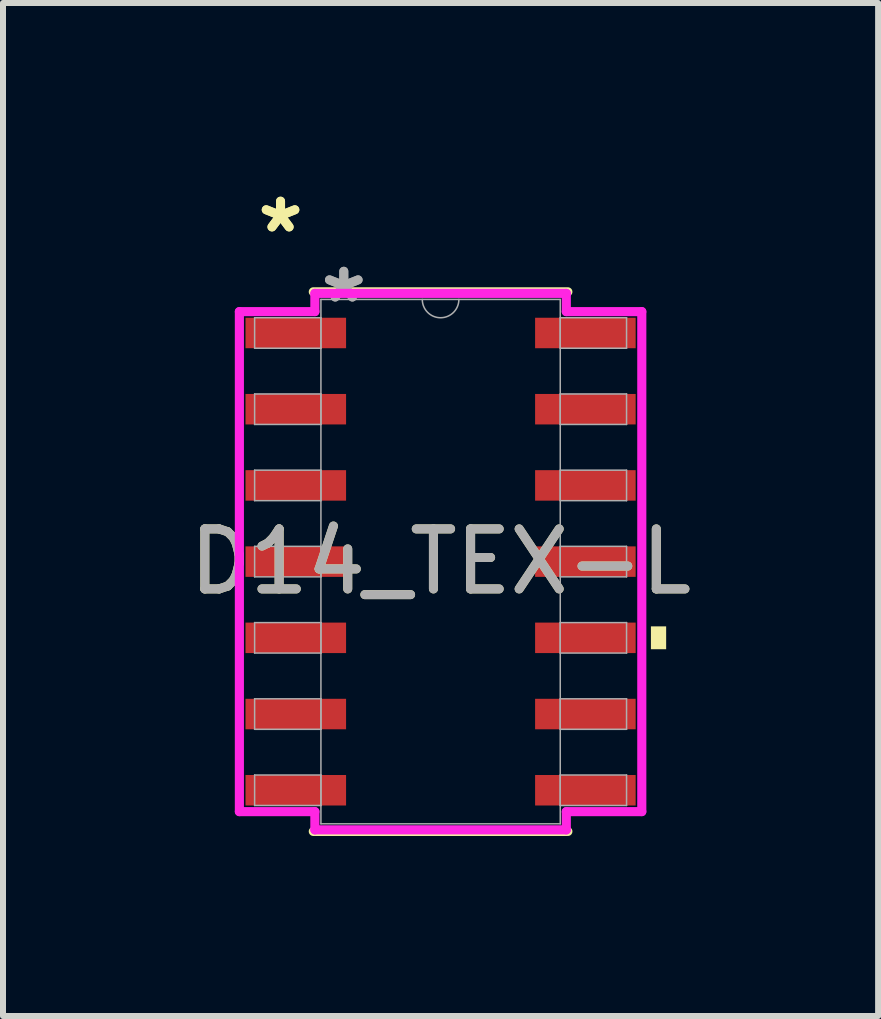
<source format=kicad_pcb>
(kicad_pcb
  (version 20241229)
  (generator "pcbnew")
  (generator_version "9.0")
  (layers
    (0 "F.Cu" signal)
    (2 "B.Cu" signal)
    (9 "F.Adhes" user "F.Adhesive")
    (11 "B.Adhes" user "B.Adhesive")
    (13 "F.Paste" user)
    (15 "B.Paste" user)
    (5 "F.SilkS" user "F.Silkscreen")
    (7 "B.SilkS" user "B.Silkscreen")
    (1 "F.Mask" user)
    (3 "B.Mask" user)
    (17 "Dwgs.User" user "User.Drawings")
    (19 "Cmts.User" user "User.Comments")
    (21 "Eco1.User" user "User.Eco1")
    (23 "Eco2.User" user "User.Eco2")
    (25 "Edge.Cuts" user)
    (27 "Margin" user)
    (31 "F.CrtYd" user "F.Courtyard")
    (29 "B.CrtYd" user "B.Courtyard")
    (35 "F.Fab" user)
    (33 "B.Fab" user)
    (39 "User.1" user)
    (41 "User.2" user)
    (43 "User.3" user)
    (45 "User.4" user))
  (footprint "D14_TEX-L"
    (layer "F.Cu")
    (at 4.292 6.309)
    (property "Reference" "D14_TEX-L" (at 0 0 0) (unlocked yes) (layer "F.SilkS") (effects (font (size 1 1) (thickness 0.15))))
    (attr smd)
    (fp_line (start -2.121 4.496) (end 2.121 4.496) (stroke (width 0.152) (type solid)) (layer "F.SilkS"))
    (fp_line (start 2.121 -4.496) (end -2.121 -4.496) (stroke (width 0.152) (type solid)) (layer "F.SilkS"))
    (fp_poly (pts (xy 3.759 1.079) (xy 3.759 1.46) (xy 3.505 1.46) (xy 3.505 1.079)) (stroke (width 0) (type solid)) (fill yes) (layer "F.SilkS"))
    (fp_line (start -3.353 -4.166) (end -2.095 -4.166) (stroke (width 0.152) (type solid)) (layer "F.CrtYd"))
    (fp_line (start -3.353 4.166) (end -3.353 -4.166) (stroke (width 0.152) (type solid)) (layer "F.CrtYd"))
    (fp_line (start -3.353 4.166) (end -2.095 4.166) (stroke (width 0.152) (type solid)) (layer "F.CrtYd"))
    (fp_line (start -2.095 -4.47) (end 2.095 -4.47) (stroke (width 0.152) (type solid)) (layer "F.CrtYd"))
    (fp_line (start -2.095 -4.166) (end -2.095 -4.47) (stroke (width 0.152) (type solid)) (layer "F.CrtYd"))
    (fp_line (start -2.095 4.47) (end -2.095 4.166) (stroke (width 0.152) (type solid)) (layer "F.CrtYd"))
    (fp_line (start 2.095 -4.47) (end 2.095 -4.166) (stroke (width 0.152) (type solid)) (layer "F.CrtYd"))
    (fp_line (start 2.095 4.166) (end 2.095 4.47) (stroke (width 0.152) (type solid)) (layer "F.CrtYd"))
    (fp_line (start 2.095 4.47) (end -2.095 4.47) (stroke (width 0.152) (type solid)) (layer "F.CrtYd"))
    (fp_line (start 3.353 -4.166) (end 2.095 -4.166) (stroke (width 0.152) (type solid)) (layer "F.CrtYd"))
    (fp_line (start 3.353 -4.166) (end 3.353 4.166) (stroke (width 0.152) (type solid)) (layer "F.CrtYd"))
    (fp_line (start 3.353 4.166) (end 2.095 4.166) (stroke (width 0.152) (type solid)) (layer "F.CrtYd"))
    (fp_line (start -3.099 -4.064) (end -3.099 -3.556) (stroke (width 0.025) (type solid)) (layer "F.Fab"))
    (fp_line (start -3.099 -3.556) (end -1.994 -3.556) (stroke (width 0.025) (type solid)) (layer "F.Fab"))
    (fp_line (start -3.099 -2.794) (end -3.099 -2.286) (stroke (width 0.025) (type solid)) (layer "F.Fab"))
    (fp_line (start -3.099 -2.286) (end -1.994 -2.286) (stroke (width 0.025) (type solid)) (layer "F.Fab"))
    (fp_line (start -3.099 -1.524) (end -3.099 -1.016) (stroke (width 0.025) (type solid)) (layer "F.Fab"))
    (fp_line (start -3.099 -1.016) (end -1.994 -1.016) (stroke (width 0.025) (type solid)) (layer "F.Fab"))
    (fp_line (start -3.099 -0.254) (end -3.099 0.254) (stroke (width 0.025) (type solid)) (layer "F.Fab"))
    (fp_line (start -3.099 0.254) (end -1.994 0.254) (stroke (width 0.025) (type solid)) (layer "F.Fab"))
    (fp_line (start -3.099 1.016) (end -3.099 1.524) (stroke (width 0.025) (type solid)) (layer "F.Fab"))
    (fp_line (start -3.099 1.524) (end -1.994 1.524) (stroke (width 0.025) (type solid)) (layer "F.Fab"))
    (fp_line (start -3.099 2.286) (end -3.099 2.794) (stroke (width 0.025) (type solid)) (layer "F.Fab"))
    (fp_line (start -3.099 2.794) (end -1.994 2.794) (stroke (width 0.025) (type solid)) (layer "F.Fab"))
    (fp_line (start -3.099 3.556) (end -3.099 4.064) (stroke (width 0.025) (type solid)) (layer "F.Fab"))
    (fp_line (start -3.099 4.064) (end -1.994 4.064) (stroke (width 0.025) (type solid)) (layer "F.Fab"))
    (fp_line (start -1.994 -4.369) (end -1.994 4.369) (stroke (width 0.025) (type solid)) (layer "F.Fab"))
    (fp_line (start -1.994 -4.064) (end -3.099 -4.064) (stroke (width 0.025) (type solid)) (layer "F.Fab"))
    (fp_line (start -1.994 -3.556) (end -1.994 -4.064) (stroke (width 0.025) (type solid)) (layer "F.Fab"))
    (fp_line (start -1.994 -2.794) (end -3.099 -2.794) (stroke (width 0.025) (type solid)) (layer "F.Fab"))
    (fp_line (start -1.994 -2.286) (end -1.994 -2.794) (stroke (width 0.025) (type solid)) (layer "F.Fab"))
    (fp_line (start -1.994 -1.524) (end -3.099 -1.524) (stroke (width 0.025) (type solid)) (layer "F.Fab"))
    (fp_line (start -1.994 -1.016) (end -1.994 -1.524) (stroke (width 0.025) (type solid)) (layer "F.Fab"))
    (fp_line (start -1.994 -0.254) (end -3.099 -0.254) (stroke (width 0.025) (type solid)) (layer "F.Fab"))
    (fp_line (start -1.994 0.254) (end -1.994 -0.254) (stroke (width 0.025) (type solid)) (layer "F.Fab"))
    (fp_line (start -1.994 1.016) (end -3.099 1.016) (stroke (width 0.025) (type solid)) (layer "F.Fab"))
    (fp_line (start -1.994 1.524) (end -1.994 1.016) (stroke (width 0.025) (type solid)) (layer "F.Fab"))
    (fp_line (start -1.994 2.286) (end -3.099 2.286) (stroke (width 0.025) (type solid)) (layer "F.Fab"))
    (fp_line (start -1.994 2.794) (end -1.994 2.286) (stroke (width 0.025) (type solid)) (layer "F.Fab"))
    (fp_line (start -1.994 3.556) (end -3.099 3.556) (stroke (width 0.025) (type solid)) (layer "F.Fab"))
    (fp_line (start -1.994 4.064) (end -1.994 3.556) (stroke (width 0.025) (type solid)) (layer "F.Fab"))
    (fp_line (start -1.994 4.369) (end 1.994 4.369) (stroke (width 0.025) (type solid)) (layer "F.Fab"))
    (fp_line (start 1.994 -4.369) (end -1.994 -4.369) (stroke (width 0.025) (type solid)) (layer "F.Fab"))
    (fp_line (start 1.994 -4.064) (end 1.994 -3.556) (stroke (width 0.025) (type solid)) (layer "F.Fab"))
    (fp_line (start 1.994 -3.556) (end 3.099 -3.556) (stroke (width 0.025) (type solid)) (layer "F.Fab"))
    (fp_line (start 1.994 -2.794) (end 1.994 -2.286) (stroke (width 0.025) (type solid)) (layer "F.Fab"))
    (fp_line (start 1.994 -2.286) (end 3.099 -2.286) (stroke (width 0.025) (type solid)) (layer "F.Fab"))
    (fp_line (start 1.994 -1.524) (end 1.994 -1.016) (stroke (width 0.025) (type solid)) (layer "F.Fab"))
    (fp_line (start 1.994 -1.016) (end 3.099 -1.016) (stroke (width 0.025) (type solid)) (layer "F.Fab"))
    (fp_line (start 1.994 -0.254) (end 1.994 0.254) (stroke (width 0.025) (type solid)) (layer "F.Fab"))
    (fp_line (start 1.994 0.254) (end 3.099 0.254) (stroke (width 0.025) (type solid)) (layer "F.Fab"))
    (fp_line (start 1.994 1.016) (end 1.994 1.524) (stroke (width 0.025) (type solid)) (layer "F.Fab"))
    (fp_line (start 1.994 1.524) (end 3.099 1.524) (stroke (width 0.025) (type solid)) (layer "F.Fab"))
    (fp_line (start 1.994 2.286) (end 1.994 2.794) (stroke (width 0.025) (type solid)) (layer "F.Fab"))
    (fp_line (start 1.994 2.794) (end 3.099 2.794) (stroke (width 0.025) (type solid)) (layer "F.Fab"))
    (fp_line (start 1.994 3.556) (end 1.994 4.064) (stroke (width 0.025) (type solid)) (layer "F.Fab"))
    (fp_line (start 1.994 4.064) (end 3.099 4.064) (stroke (width 0.025) (type solid)) (layer "F.Fab"))
    (fp_line (start 1.994 4.369) (end 1.994 -4.369) (stroke (width 0.025) (type solid)) (layer "F.Fab"))
    (fp_line (start 3.099 -4.064) (end 1.994 -4.064) (stroke (width 0.025) (type solid)) (layer "F.Fab"))
    (fp_line (start 3.099 -3.556) (end 3.099 -4.064) (stroke (width 0.025) (type solid)) (layer "F.Fab"))
    (fp_line (start 3.099 -2.794) (end 1.994 -2.794) (stroke (width 0.025) (type solid)) (layer "F.Fab"))
    (fp_line (start 3.099 -2.286) (end 3.099 -2.794) (stroke (width 0.025) (type solid)) (layer "F.Fab"))
    (fp_line (start 3.099 -1.524) (end 1.994 -1.524) (stroke (width 0.025) (type solid)) (layer "F.Fab"))
    (fp_line (start 3.099 -1.016) (end 3.099 -1.524) (stroke (width 0.025) (type solid)) (layer "F.Fab"))
    (fp_line (start 3.099 -0.254) (end 1.994 -0.254) (stroke (width 0.025) (type solid)) (layer "F.Fab"))
    (fp_line (start 3.099 0.254) (end 3.099 -0.254) (stroke (width 0.025) (type solid)) (layer "F.Fab"))
    (fp_line (start 3.099 1.016) (end 1.994 1.016) (stroke (width 0.025) (type solid)) (layer "F.Fab"))
    (fp_line (start 3.099 1.524) (end 3.099 1.016) (stroke (width 0.025) (type solid)) (layer "F.Fab"))
    (fp_line (start 3.099 2.286) (end 1.994 2.286) (stroke (width 0.025) (type solid)) (layer "F.Fab"))
    (fp_line (start 3.099 2.794) (end 3.099 2.286) (stroke (width 0.025) (type solid)) (layer "F.Fab"))
    (fp_line (start 3.099 3.556) (end 1.994 3.556) (stroke (width 0.025) (type solid)) (layer "F.Fab"))
    (fp_line (start 3.099 4.064) (end 3.099 3.556) (stroke (width 0.025) (type solid)) (layer "F.Fab"))
    (fp_arc (start 0.3048 -4.3688) (mid 0 -4.064) (end -0.3048 -4.3688) (stroke (width 0.0254) (type solid)) (layer "F.Fab"))
    (fp_text user "*" (at -2.667 -5.461 0) (layer "F.SilkS") (effects (font (size 1 1) (thickness 0.15))))
    (fp_text user "*" (at -2.667 -5.461 0) (unlocked yes) (layer "F.SilkS") (effects (font (size 1 1) (thickness 0.15))))
    (fp_text user "*" (at -1.613 -4.293 0) (layer "F.Fab") (effects (font (size 1 1) (thickness 0.15))))
    (fp_text user "*" (at -1.613 -4.293 0) (unlocked yes) (layer "F.Fab") (effects (font (size 1 1) (thickness 0.15))))
    (fp_text user "${REFERENCE}" (at 0 0 0) (unlocked yes) (layer "F.Fab") (effects (font (size 1 1) (thickness 0.15))))
    (pad "1" smd rect (at -2.413 -3.81) (size 1.676 0.508) (layers "F.Cu" "F.Mask" "F.Paste"))
    (pad "2" smd rect (at -2.413 -2.54) (size 1.676 0.508) (layers "F.Cu" "F.Mask" "F.Paste"))
    (pad "3" smd rect (at -2.413 -1.27) (size 1.676 0.508) (layers "F.Cu" "F.Mask" "F.Paste"))
    (pad "4" smd rect (at -2.413 0) (size 1.676 0.508) (layers "F.Cu" "F.Mask" "F.Paste"))
    (pad "5" smd rect (at -2.413 1.27) (size 1.676 0.508) (layers "F.Cu" "F.Mask" "F.Paste"))
    (pad "6" smd rect (at -2.413 2.54) (size 1.676 0.508) (layers "F.Cu" "F.Mask" "F.Paste"))
    (pad "7" smd rect (at -2.413 3.81) (size 1.676 0.508) (layers "F.Cu" "F.Mask" "F.Paste"))
    (pad "8" smd rect (at 2.413 3.81) (size 1.676 0.508) (layers "F.Cu" "F.Mask" "F.Paste"))
    (pad "9" smd rect (at 2.413 2.54) (size 1.676 0.508) (layers "F.Cu" "F.Mask" "F.Paste"))
    (pad "10" smd rect (at 2.413 1.27) (size 1.676 0.508) (layers "F.Cu" "F.Mask" "F.Paste"))
    (pad "11" smd rect (at 2.413 0) (size 1.676 0.508) (layers "F.Cu" "F.Mask" "F.Paste"))
    (pad "12" smd rect (at 2.413 -1.27) (size 1.676 0.508) (layers "F.Cu" "F.Mask" "F.Paste"))
    (pad "13" smd rect (at 2.413 -2.54) (size 1.676 0.508) (layers "F.Cu" "F.Mask" "F.Paste"))
    (pad "14" smd rect (at 2.413 -3.81) (size 1.676 0.508) (layers "F.Cu" "F.Mask" "F.Paste")))
  (gr_rect
    (start -3 -3)
    (end 11.583 13.881)
    (stroke (width 0.1) (type default))
    (fill no)
    (layer "Edge.Cuts")))
</source>
